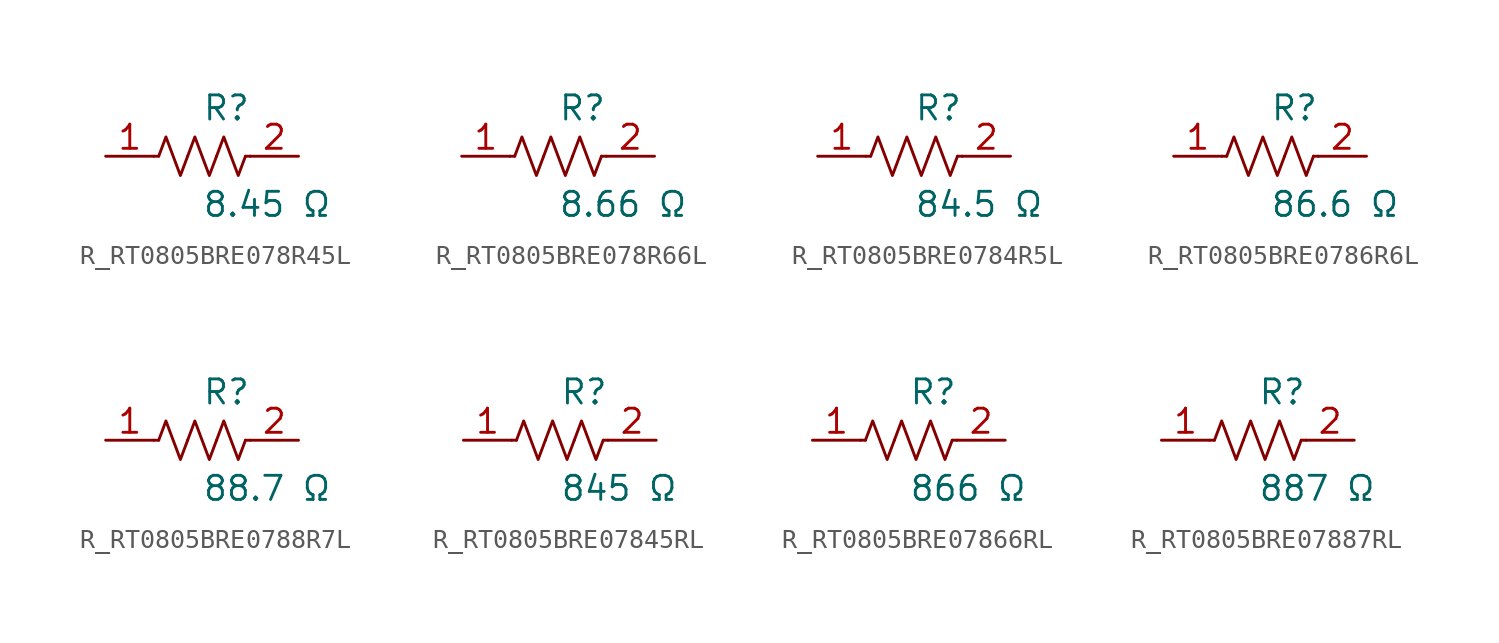
<source format=kicad_sym>
(kicad_symbol_lib
  (version 20231120)
  (generator kicad_symbol_editor)
  (generator_version 8.0)
  (symbol "R_RT0805BRE078R45L"
    (pin_names
      (offset 0.254))
    (property "Reference" "R"
      (at 0.0 2.54 0)
      (effects (font (size 1.27 1.27)) (justify left)))
    (property "Value" "8.45 Ω"
      (at 0.0 -2.54 0)
      (effects (font (size 1.27 1.27)) (justify left)))
    (symbol "R_RT0805BRE078R45L_0_1"
      (polyline (pts (xy 2.286 0) (xy 2.54 0)) (stroke (width 0) (type default)) (fill (type none)))
      (polyline (pts (xy -2.286 0) (xy -2.54 0)) (stroke (width 0) (type default)) (fill (type none)))
      (polyline (pts (xy 0.762 0) (xy 1.143 1.016) (xy 1.524 0) (xy 1.905 -1.016) (xy 2.286 0)) (stroke (width 0) (type default)) (fill (type none)))
      (polyline (pts (xy -0.762 0) (xy -0.381 1.016) (xy 0 0) (xy 0.381 -1.016) (xy 0.762 0)) (stroke (width 0) (type default)) (fill (type none)))
      (polyline (pts (xy -2.286 0) (xy -1.905 1.016) (xy -1.524 0) (xy -1.143 -1.016) (xy -0.762 0)) (stroke (width 0) (type default)) (fill (type none))))
    (pin unspecified line
      (at -5.08 0 0)
      (length 2.54)
      (name "" (effects (font (size 1.27 1.27))))
      (number "1" (effects (font (size 1.27 1.27)))))
    (pin unspecified line
      (at 5.08 0 180)
      (length 2.54)
      (name "" (effects (font (size 1.27 1.27))))
      (number "2" (effects (font (size 1.27 1.27))))))
  (symbol "R_RT0805BRE078R66L"
    (pin_names
      (offset 0.254))
    (property "Reference" "R"
      (at 0.0 2.54 0)
      (effects (font (size 1.27 1.27)) (justify left)))
    (property "Value" "8.66 Ω"
      (at 0.0 -2.54 0)
      (effects (font (size 1.27 1.27)) (justify left)))
    (symbol "R_RT0805BRE078R66L_0_1"
      (polyline (pts (xy 2.286 0) (xy 2.54 0)) (stroke (width 0) (type default)) (fill (type none)))
      (polyline (pts (xy -2.286 0) (xy -2.54 0)) (stroke (width 0) (type default)) (fill (type none)))
      (polyline (pts (xy 0.762 0) (xy 1.143 1.016) (xy 1.524 0) (xy 1.905 -1.016) (xy 2.286 0)) (stroke (width 0) (type default)) (fill (type none)))
      (polyline (pts (xy -0.762 0) (xy -0.381 1.016) (xy 0 0) (xy 0.381 -1.016) (xy 0.762 0)) (stroke (width 0) (type default)) (fill (type none)))
      (polyline (pts (xy -2.286 0) (xy -1.905 1.016) (xy -1.524 0) (xy -1.143 -1.016) (xy -0.762 0)) (stroke (width 0) (type default)) (fill (type none))))
    (pin unspecified line
      (at -5.08 0 0)
      (length 2.54)
      (name "" (effects (font (size 1.27 1.27))))
      (number "1" (effects (font (size 1.27 1.27)))))
    (pin unspecified line
      (at 5.08 0 180)
      (length 2.54)
      (name "" (effects (font (size 1.27 1.27))))
      (number "2" (effects (font (size 1.27 1.27))))))
  (symbol "R_RT0805BRE0784R5L"
    (pin_names
      (offset 0.254))
    (property "Reference" "R"
      (at 0.0 2.54 0)
      (effects (font (size 1.27 1.27)) (justify left)))
    (property "Value" "84.5 Ω"
      (at 0.0 -2.54 0)
      (effects (font (size 1.27 1.27)) (justify left)))
    (symbol "R_RT0805BRE0784R5L_0_1"
      (polyline (pts (xy 2.286 0) (xy 2.54 0)) (stroke (width 0) (type default)) (fill (type none)))
      (polyline (pts (xy -2.286 0) (xy -2.54 0)) (stroke (width 0) (type default)) (fill (type none)))
      (polyline (pts (xy 0.762 0) (xy 1.143 1.016) (xy 1.524 0) (xy 1.905 -1.016) (xy 2.286 0)) (stroke (width 0) (type default)) (fill (type none)))
      (polyline (pts (xy -0.762 0) (xy -0.381 1.016) (xy 0 0) (xy 0.381 -1.016) (xy 0.762 0)) (stroke (width 0) (type default)) (fill (type none)))
      (polyline (pts (xy -2.286 0) (xy -1.905 1.016) (xy -1.524 0) (xy -1.143 -1.016) (xy -0.762 0)) (stroke (width 0) (type default)) (fill (type none))))
    (pin unspecified line
      (at -5.08 0 0)
      (length 2.54)
      (name "" (effects (font (size 1.27 1.27))))
      (number "1" (effects (font (size 1.27 1.27)))))
    (pin unspecified line
      (at 5.08 0 180)
      (length 2.54)
      (name "" (effects (font (size 1.27 1.27))))
      (number "2" (effects (font (size 1.27 1.27))))))
  (symbol "R_RT0805BRE0786R6L"
    (pin_names
      (offset 0.254))
    (property "Reference" "R"
      (at 0.0 2.54 0)
      (effects (font (size 1.27 1.27)) (justify left)))
    (property "Value" "86.6 Ω"
      (at 0.0 -2.54 0)
      (effects (font (size 1.27 1.27)) (justify left)))
    (symbol "R_RT0805BRE0786R6L_0_1"
      (polyline (pts (xy 2.286 0) (xy 2.54 0)) (stroke (width 0) (type default)) (fill (type none)))
      (polyline (pts (xy -2.286 0) (xy -2.54 0)) (stroke (width 0) (type default)) (fill (type none)))
      (polyline (pts (xy 0.762 0) (xy 1.143 1.016) (xy 1.524 0) (xy 1.905 -1.016) (xy 2.286 0)) (stroke (width 0) (type default)) (fill (type none)))
      (polyline (pts (xy -0.762 0) (xy -0.381 1.016) (xy 0 0) (xy 0.381 -1.016) (xy 0.762 0)) (stroke (width 0) (type default)) (fill (type none)))
      (polyline (pts (xy -2.286 0) (xy -1.905 1.016) (xy -1.524 0) (xy -1.143 -1.016) (xy -0.762 0)) (stroke (width 0) (type default)) (fill (type none))))
    (pin unspecified line
      (at -5.08 0 0)
      (length 2.54)
      (name "" (effects (font (size 1.27 1.27))))
      (number "1" (effects (font (size 1.27 1.27)))))
    (pin unspecified line
      (at 5.08 0 180)
      (length 2.54)
      (name "" (effects (font (size 1.27 1.27))))
      (number "2" (effects (font (size 1.27 1.27))))))
  (symbol "R_RT0805BRE0788R7L"
    (pin_names
      (offset 0.254))
    (property "Reference" "R"
      (at 0.0 2.54 0)
      (effects (font (size 1.27 1.27)) (justify left)))
    (property "Value" "88.7 Ω"
      (at 0.0 -2.54 0)
      (effects (font (size 1.27 1.27)) (justify left)))
    (symbol "R_RT0805BRE0788R7L_0_1"
      (polyline (pts (xy 2.286 0) (xy 2.54 0)) (stroke (width 0) (type default)) (fill (type none)))
      (polyline (pts (xy -2.286 0) (xy -2.54 0)) (stroke (width 0) (type default)) (fill (type none)))
      (polyline (pts (xy 0.762 0) (xy 1.143 1.016) (xy 1.524 0) (xy 1.905 -1.016) (xy 2.286 0)) (stroke (width 0) (type default)) (fill (type none)))
      (polyline (pts (xy -0.762 0) (xy -0.381 1.016) (xy 0 0) (xy 0.381 -1.016) (xy 0.762 0)) (stroke (width 0) (type default)) (fill (type none)))
      (polyline (pts (xy -2.286 0) (xy -1.905 1.016) (xy -1.524 0) (xy -1.143 -1.016) (xy -0.762 0)) (stroke (width 0) (type default)) (fill (type none))))
    (pin unspecified line
      (at -5.08 0 0)
      (length 2.54)
      (name "" (effects (font (size 1.27 1.27))))
      (number "1" (effects (font (size 1.27 1.27)))))
    (pin unspecified line
      (at 5.08 0 180)
      (length 2.54)
      (name "" (effects (font (size 1.27 1.27))))
      (number "2" (effects (font (size 1.27 1.27))))))
  (symbol "R_RT0805BRE07845RL"
    (pin_names
      (offset 0.254))
    (property "Reference" "R"
      (at 0.0 2.54 0)
      (effects (font (size 1.27 1.27)) (justify left)))
    (property "Value" "845 Ω"
      (at 0.0 -2.54 0)
      (effects (font (size 1.27 1.27)) (justify left)))
    (symbol "R_RT0805BRE07845RL_0_1"
      (polyline (pts (xy 2.286 0) (xy 2.54 0)) (stroke (width 0) (type default)) (fill (type none)))
      (polyline (pts (xy -2.286 0) (xy -2.54 0)) (stroke (width 0) (type default)) (fill (type none)))
      (polyline (pts (xy 0.762 0) (xy 1.143 1.016) (xy 1.524 0) (xy 1.905 -1.016) (xy 2.286 0)) (stroke (width 0) (type default)) (fill (type none)))
      (polyline (pts (xy -0.762 0) (xy -0.381 1.016) (xy 0 0) (xy 0.381 -1.016) (xy 0.762 0)) (stroke (width 0) (type default)) (fill (type none)))
      (polyline (pts (xy -2.286 0) (xy -1.905 1.016) (xy -1.524 0) (xy -1.143 -1.016) (xy -0.762 0)) (stroke (width 0) (type default)) (fill (type none))))
    (pin unspecified line
      (at -5.08 0 0)
      (length 2.54)
      (name "" (effects (font (size 1.27 1.27))))
      (number "1" (effects (font (size 1.27 1.27)))))
    (pin unspecified line
      (at 5.08 0 180)
      (length 2.54)
      (name "" (effects (font (size 1.27 1.27))))
      (number "2" (effects (font (size 1.27 1.27))))))
  (symbol "R_RT0805BRE07866RL"
    (pin_names
      (offset 0.254))
    (property "Reference" "R"
      (at 0.0 2.54 0)
      (effects (font (size 1.27 1.27)) (justify left)))
    (property "Value" "866 Ω"
      (at 0.0 -2.54 0)
      (effects (font (size 1.27 1.27)) (justify left)))
    (symbol "R_RT0805BRE07866RL_0_1"
      (polyline (pts (xy 2.286 0) (xy 2.54 0)) (stroke (width 0) (type default)) (fill (type none)))
      (polyline (pts (xy -2.286 0) (xy -2.54 0)) (stroke (width 0) (type default)) (fill (type none)))
      (polyline (pts (xy 0.762 0) (xy 1.143 1.016) (xy 1.524 0) (xy 1.905 -1.016) (xy 2.286 0)) (stroke (width 0) (type default)) (fill (type none)))
      (polyline (pts (xy -0.762 0) (xy -0.381 1.016) (xy 0 0) (xy 0.381 -1.016) (xy 0.762 0)) (stroke (width 0) (type default)) (fill (type none)))
      (polyline (pts (xy -2.286 0) (xy -1.905 1.016) (xy -1.524 0) (xy -1.143 -1.016) (xy -0.762 0)) (stroke (width 0) (type default)) (fill (type none))))
    (pin unspecified line
      (at -5.08 0 0)
      (length 2.54)
      (name "" (effects (font (size 1.27 1.27))))
      (number "1" (effects (font (size 1.27 1.27)))))
    (pin unspecified line
      (at 5.08 0 180)
      (length 2.54)
      (name "" (effects (font (size 1.27 1.27))))
      (number "2" (effects (font (size 1.27 1.27))))))
  (symbol "R_RT0805BRE07887RL"
    (pin_names
      (offset 0.254))
    (property "Reference" "R"
      (at 0.0 2.54 0)
      (effects (font (size 1.27 1.27)) (justify left)))
    (property "Value" "887 Ω"
      (at 0.0 -2.54 0)
      (effects (font (size 1.27 1.27)) (justify left)))
    (symbol "R_RT0805BRE07887RL_0_1"
      (polyline (pts (xy 2.286 0) (xy 2.54 0)) (stroke (width 0) (type default)) (fill (type none)))
      (polyline (pts (xy -2.286 0) (xy -2.54 0)) (stroke (width 0) (type default)) (fill (type none)))
      (polyline (pts (xy 0.762 0) (xy 1.143 1.016) (xy 1.524 0) (xy 1.905 -1.016) (xy 2.286 0)) (stroke (width 0) (type default)) (fill (type none)))
      (polyline (pts (xy -0.762 0) (xy -0.381 1.016) (xy 0 0) (xy 0.381 -1.016) (xy 0.762 0)) (stroke (width 0) (type default)) (fill (type none)))
      (polyline (pts (xy -2.286 0) (xy -1.905 1.016) (xy -1.524 0) (xy -1.143 -1.016) (xy -0.762 0)) (stroke (width 0) (type default)) (fill (type none))))
    (pin unspecified line
      (at -5.08 0 0)
      (length 2.54)
      (name "" (effects (font (size 1.27 1.27))))
      (number "1" (effects (font (size 1.27 1.27)))))
    (pin unspecified line
      (at 5.08 0 180)
      (length 2.54)
      (name "" (effects (font (size 1.27 1.27))))
      (number "2" (effects (font (size 1.27 1.27)))))))
</source>
